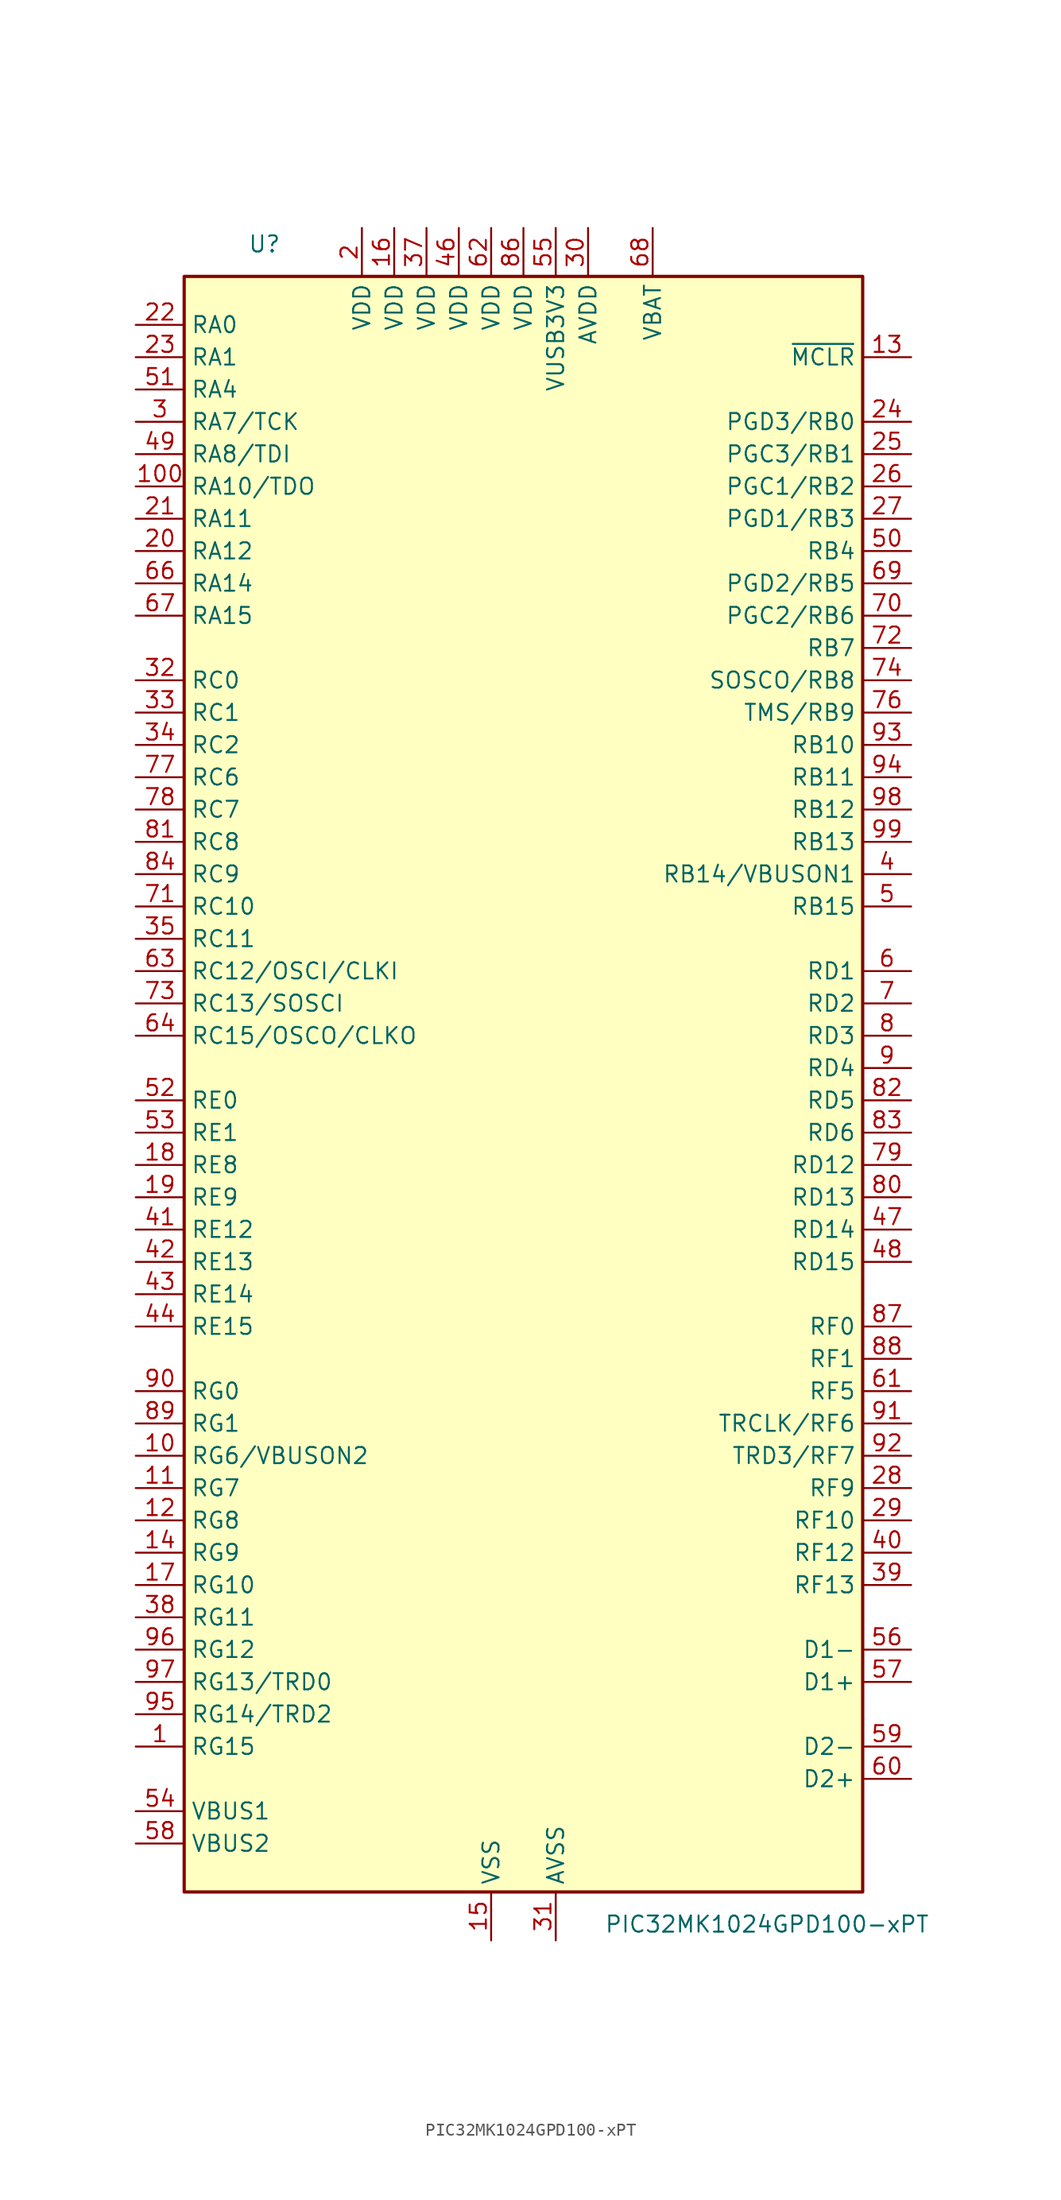
<source format=kicad_sym>
(kicad_symbol_lib
  (version 20201005)
  (generator kicad_symbol_editor)
  (symbol "MCU_Microchip_PIC32:PIC32MK1024GPD100-xPT"
    (property "Reference" "U"
      (at -19.05 64.77 0)
      (effects (font (size 1.27 1.27)) (justify right)))
    (property "Value" "PIC32MK1024GPD100-xPT"
      (at 6.35 -67.31 0)
      (effects (font (size 1.27 1.27)) (justify left)))
    (symbol "PIC32MK1024GPD100-xPT_0_1"
      (rectangle (start -26.67 62.23) (end 26.67 -64.77) (stroke (width 0.254)) (fill (type background))))
    (symbol "PIC32MK1024GPD100-xPT_1_1"
      (pin bidirectional line (at -30.48 -53.34 0) (length 3.81) (name "RG15" (effects (font (size 1.27 1.27)))) (number "1" (effects (font (size 1.27 1.27)))))
      (pin bidirectional line (at -30.48 -30.48 0) (length 3.81) (name "RG6/VBUSON2" (effects (font (size 1.27 1.27)))) (number "10" (effects (font (size 1.27 1.27)))))
      (pin bidirectional line (at -30.48 45.72 0) (length 3.81) (name "RA10/TDO" (effects (font (size 1.27 1.27)))) (number "100" (effects (font (size 1.27 1.27)))))
      (pin bidirectional line (at -30.48 -33.02 0) (length 3.81) (name "RG7" (effects (font (size 1.27 1.27)))) (number "11" (effects (font (size 1.27 1.27)))))
      (pin bidirectional line (at -30.48 -35.56 0) (length 3.81) (name "RG8" (effects (font (size 1.27 1.27)))) (number "12" (effects (font (size 1.27 1.27)))))
      (pin input line (at 30.48 55.88 180) (length 3.81) (name "~MCLR~" (effects (font (size 1.27 1.27)))) (number "13" (effects (font (size 1.27 1.27)))))
      (pin bidirectional line (at -30.48 -38.1 0) (length 3.81) (name "RG9" (effects (font (size 1.27 1.27)))) (number "14" (effects (font (size 1.27 1.27)))))
      (pin power_in line (at -2.54 -68.58 90) (length 3.81) (name "VSS" (effects (font (size 1.27 1.27)))) (number "15" (effects (font (size 1.27 1.27)))))
      (pin power_in line (at -10.16 66.04 270) (length 3.81) (name "VDD" (effects (font (size 1.27 1.27)))) (number "16" (effects (font (size 1.27 1.27)))))
      (pin bidirectional line (at -30.48 -40.64 0) (length 3.81) (name "RG10" (effects (font (size 1.27 1.27)))) (number "17" (effects (font (size 1.27 1.27)))))
      (pin bidirectional line (at -30.48 -7.62 0) (length 3.81) (name "RE8" (effects (font (size 1.27 1.27)))) (number "18" (effects (font (size 1.27 1.27)))))
      (pin bidirectional line (at -30.48 -10.16 0) (length 3.81) (name "RE9" (effects (font (size 1.27 1.27)))) (number "19" (effects (font (size 1.27 1.27)))))
      (pin power_in line (at -12.7 66.04 270) (length 3.81) (name "VDD" (effects (font (size 1.27 1.27)))) (number "2" (effects (font (size 1.27 1.27)))))
      (pin bidirectional line (at -30.48 40.64 0) (length 3.81) (name "RA12" (effects (font (size 1.27 1.27)))) (number "20" (effects (font (size 1.27 1.27)))))
      (pin bidirectional line (at -30.48 43.18 0) (length 3.81) (name "RA11" (effects (font (size 1.27 1.27)))) (number "21" (effects (font (size 1.27 1.27)))))
      (pin bidirectional line (at -30.48 58.42 0) (length 3.81) (name "RA0" (effects (font (size 1.27 1.27)))) (number "22" (effects (font (size 1.27 1.27)))))
      (pin bidirectional line (at -30.48 55.88 0) (length 3.81) (name "RA1" (effects (font (size 1.27 1.27)))) (number "23" (effects (font (size 1.27 1.27)))))
      (pin bidirectional line (at 30.48 50.8 180) (length 3.81) (name "PGD3/RB0" (effects (font (size 1.27 1.27)))) (number "24" (effects (font (size 1.27 1.27)))))
      (pin bidirectional line (at 30.48 48.26 180) (length 3.81) (name "PGC3/RB1" (effects (font (size 1.27 1.27)))) (number "25" (effects (font (size 1.27 1.27)))))
      (pin bidirectional line (at 30.48 45.72 180) (length 3.81) (name "PGC1/RB2" (effects (font (size 1.27 1.27)))) (number "26" (effects (font (size 1.27 1.27)))))
      (pin bidirectional line (at 30.48 43.18 180) (length 3.81) (name "PGD1/RB3" (effects (font (size 1.27 1.27)))) (number "27" (effects (font (size 1.27 1.27)))))
      (pin bidirectional line (at 30.48 -33.02 180) (length 3.81) (name "RF9" (effects (font (size 1.27 1.27)))) (number "28" (effects (font (size 1.27 1.27)))))
      (pin bidirectional line (at 30.48 -35.56 180) (length 3.81) (name "RF10" (effects (font (size 1.27 1.27)))) (number "29" (effects (font (size 1.27 1.27)))))
      (pin bidirectional line (at -30.48 50.8 0) (length 3.81) (name "RA7/TCK" (effects (font (size 1.27 1.27)))) (number "3" (effects (font (size 1.27 1.27)))))
      (pin power_in line (at 5.08 66.04 270) (length 3.81) (name "AVDD" (effects (font (size 1.27 1.27)))) (number "30" (effects (font (size 1.27 1.27)))))
      (pin power_in line (at 2.54 -68.58 90) (length 3.81) (name "AVSS" (effects (font (size 1.27 1.27)))) (number "31" (effects (font (size 1.27 1.27)))))
      (pin bidirectional line (at -30.48 30.48 0) (length 3.81) (name "RC0" (effects (font (size 1.27 1.27)))) (number "32" (effects (font (size 1.27 1.27)))))
      (pin bidirectional line (at -30.48 27.94 0) (length 3.81) (name "RC1" (effects (font (size 1.27 1.27)))) (number "33" (effects (font (size 1.27 1.27)))))
      (pin bidirectional line (at -30.48 25.4 0) (length 3.81) (name "RC2" (effects (font (size 1.27 1.27)))) (number "34" (effects (font (size 1.27 1.27)))))
      (pin bidirectional line (at -30.48 10.16 0) (length 3.81) (name "RC11" (effects (font (size 1.27 1.27)))) (number "35" (effects (font (size 1.27 1.27)))))
      (pin passive line (at -2.54 -68.58 90) (length 3.81) hide (name "VSS" (effects (font (size 1.27 1.27)))) (number "36" (effects (font (size 1.27 1.27)))))
      (pin power_in line (at -7.62 66.04 270) (length 3.81) (name "VDD" (effects (font (size 1.27 1.27)))) (number "37" (effects (font (size 1.27 1.27)))))
      (pin bidirectional line (at -30.48 -43.18 0) (length 3.81) (name "RG11" (effects (font (size 1.27 1.27)))) (number "38" (effects (font (size 1.27 1.27)))))
      (pin bidirectional line (at 30.48 -40.64 180) (length 3.81) (name "RF13" (effects (font (size 1.27 1.27)))) (number "39" (effects (font (size 1.27 1.27)))))
      (pin bidirectional line (at 30.48 15.24 180) (length 3.81) (name "RB14/VBUSON1" (effects (font (size 1.27 1.27)))) (number "4" (effects (font (size 1.27 1.27)))))
      (pin bidirectional line (at 30.48 -38.1 180) (length 3.81) (name "RF12" (effects (font (size 1.27 1.27)))) (number "40" (effects (font (size 1.27 1.27)))))
      (pin bidirectional line (at -30.48 -12.7 0) (length 3.81) (name "RE12" (effects (font (size 1.27 1.27)))) (number "41" (effects (font (size 1.27 1.27)))))
      (pin bidirectional line (at -30.48 -15.24 0) (length 3.81) (name "RE13" (effects (font (size 1.27 1.27)))) (number "42" (effects (font (size 1.27 1.27)))))
      (pin bidirectional line (at -30.48 -17.78 0) (length 3.81) (name "RE14" (effects (font (size 1.27 1.27)))) (number "43" (effects (font (size 1.27 1.27)))))
      (pin bidirectional line (at -30.48 -20.32 0) (length 3.81) (name "RE15" (effects (font (size 1.27 1.27)))) (number "44" (effects (font (size 1.27 1.27)))))
      (pin passive line (at -2.54 -68.58 90) (length 3.81) hide (name "VSS" (effects (font (size 1.27 1.27)))) (number "45" (effects (font (size 1.27 1.27)))))
      (pin power_in line (at -5.08 66.04 270) (length 3.81) (name "VDD" (effects (font (size 1.27 1.27)))) (number "46" (effects (font (size 1.27 1.27)))))
      (pin bidirectional line (at 30.48 -12.7 180) (length 3.81) (name "RD14" (effects (font (size 1.27 1.27)))) (number "47" (effects (font (size 1.27 1.27)))))
      (pin bidirectional line (at 30.48 -15.24 180) (length 3.81) (name "RD15" (effects (font (size 1.27 1.27)))) (number "48" (effects (font (size 1.27 1.27)))))
      (pin bidirectional line (at -30.48 48.26 0) (length 3.81) (name "RA8/TDI" (effects (font (size 1.27 1.27)))) (number "49" (effects (font (size 1.27 1.27)))))
      (pin bidirectional line (at 30.48 12.7 180) (length 3.81) (name "RB15" (effects (font (size 1.27 1.27)))) (number "5" (effects (font (size 1.27 1.27)))))
      (pin bidirectional line (at 30.48 40.64 180) (length 3.81) (name "RB4" (effects (font (size 1.27 1.27)))) (number "50" (effects (font (size 1.27 1.27)))))
      (pin bidirectional line (at -30.48 53.34 0) (length 3.81) (name "RA4" (effects (font (size 1.27 1.27)))) (number "51" (effects (font (size 1.27 1.27)))))
      (pin bidirectional line (at -30.48 -2.54 0) (length 3.81) (name "RE0" (effects (font (size 1.27 1.27)))) (number "52" (effects (font (size 1.27 1.27)))))
      (pin bidirectional line (at -30.48 -5.08 0) (length 3.81) (name "RE1" (effects (font (size 1.27 1.27)))) (number "53" (effects (font (size 1.27 1.27)))))
      (pin input line (at -30.48 -58.42 0) (length 3.81) (name "VBUS1" (effects (font (size 1.27 1.27)))) (number "54" (effects (font (size 1.27 1.27)))))
      (pin power_in line (at 2.54 66.04 270) (length 3.81) (name "VUSB3V3" (effects (font (size 1.27 1.27)))) (number "55" (effects (font (size 1.27 1.27)))))
      (pin bidirectional line (at 30.48 -45.72 180) (length 3.81) (name "D1-" (effects (font (size 1.27 1.27)))) (number "56" (effects (font (size 1.27 1.27)))))
      (pin bidirectional line (at 30.48 -48.26 180) (length 3.81) (name "D1+" (effects (font (size 1.27 1.27)))) (number "57" (effects (font (size 1.27 1.27)))))
      (pin input line (at -30.48 -60.96 0) (length 3.81) (name "VBUS2" (effects (font (size 1.27 1.27)))) (number "58" (effects (font (size 1.27 1.27)))))
      (pin bidirectional line (at 30.48 -53.34 180) (length 3.81) (name "D2-" (effects (font (size 1.27 1.27)))) (number "59" (effects (font (size 1.27 1.27)))))
      (pin bidirectional line (at 30.48 7.62 180) (length 3.81) (name "RD1" (effects (font (size 1.27 1.27)))) (number "6" (effects (font (size 1.27 1.27)))))
      (pin bidirectional line (at 30.48 -55.88 180) (length 3.81) (name "D2+" (effects (font (size 1.27 1.27)))) (number "60" (effects (font (size 1.27 1.27)))))
      (pin bidirectional line (at 30.48 -25.4 180) (length 3.81) (name "RF5" (effects (font (size 1.27 1.27)))) (number "61" (effects (font (size 1.27 1.27)))))
      (pin power_in line (at -2.54 66.04 270) (length 3.81) (name "VDD" (effects (font (size 1.27 1.27)))) (number "62" (effects (font (size 1.27 1.27)))))
      (pin bidirectional line (at -30.48 7.62 0) (length 3.81) (name "RC12/OSCI/CLKI" (effects (font (size 1.27 1.27)))) (number "63" (effects (font (size 1.27 1.27)))))
      (pin bidirectional line (at -30.48 2.54 0) (length 3.81) (name "RC15/OSCO/CLKO" (effects (font (size 1.27 1.27)))) (number "64" (effects (font (size 1.27 1.27)))))
      (pin passive line (at -2.54 -68.58 90) (length 3.81) hide (name "VSS" (effects (font (size 1.27 1.27)))) (number "65" (effects (font (size 1.27 1.27)))))
      (pin bidirectional line (at -30.48 38.1 0) (length 3.81) (name "RA14" (effects (font (size 1.27 1.27)))) (number "66" (effects (font (size 1.27 1.27)))))
      (pin bidirectional line (at -30.48 35.56 0) (length 3.81) (name "RA15" (effects (font (size 1.27 1.27)))) (number "67" (effects (font (size 1.27 1.27)))))
      (pin power_in line (at 10.16 66.04 270) (length 3.81) (name "VBAT" (effects (font (size 1.27 1.27)))) (number "68" (effects (font (size 1.27 1.27)))))
      (pin bidirectional line (at 30.48 38.1 180) (length 3.81) (name "PGD2/RB5" (effects (font (size 1.27 1.27)))) (number "69" (effects (font (size 1.27 1.27)))))
      (pin bidirectional line (at 30.48 5.08 180) (length 3.81) (name "RD2" (effects (font (size 1.27 1.27)))) (number "7" (effects (font (size 1.27 1.27)))))
      (pin bidirectional line (at 30.48 35.56 180) (length 3.81) (name "PGC2/RB6" (effects (font (size 1.27 1.27)))) (number "70" (effects (font (size 1.27 1.27)))))
      (pin bidirectional line (at -30.48 12.7 0) (length 3.81) (name "RC10" (effects (font (size 1.27 1.27)))) (number "71" (effects (font (size 1.27 1.27)))))
      (pin bidirectional line (at 30.48 33.02 180) (length 3.81) (name "RB7" (effects (font (size 1.27 1.27)))) (number "72" (effects (font (size 1.27 1.27)))))
      (pin bidirectional line (at -30.48 5.08 0) (length 3.81) (name "RC13/SOSCI" (effects (font (size 1.27 1.27)))) (number "73" (effects (font (size 1.27 1.27)))))
      (pin bidirectional line (at 30.48 30.48 180) (length 3.81) (name "SOSCO/RB8" (effects (font (size 1.27 1.27)))) (number "74" (effects (font (size 1.27 1.27)))))
      (pin passive line (at -2.54 -68.58 90) (length 3.81) hide (name "VSS" (effects (font (size 1.27 1.27)))) (number "75" (effects (font (size 1.27 1.27)))))
      (pin bidirectional line (at 30.48 27.94 180) (length 3.81) (name "TMS/RB9" (effects (font (size 1.27 1.27)))) (number "76" (effects (font (size 1.27 1.27)))))
      (pin bidirectional line (at -30.48 22.86 0) (length 3.81) (name "RC6" (effects (font (size 1.27 1.27)))) (number "77" (effects (font (size 1.27 1.27)))))
      (pin bidirectional line (at -30.48 20.32 0) (length 3.81) (name "RC7" (effects (font (size 1.27 1.27)))) (number "78" (effects (font (size 1.27 1.27)))))
      (pin bidirectional line (at 30.48 -7.62 180) (length 3.81) (name "RD12" (effects (font (size 1.27 1.27)))) (number "79" (effects (font (size 1.27 1.27)))))
      (pin bidirectional line (at 30.48 2.54 180) (length 3.81) (name "RD3" (effects (font (size 1.27 1.27)))) (number "8" (effects (font (size 1.27 1.27)))))
      (pin bidirectional line (at 30.48 -10.16 180) (length 3.81) (name "RD13" (effects (font (size 1.27 1.27)))) (number "80" (effects (font (size 1.27 1.27)))))
      (pin bidirectional line (at -30.48 17.78 0) (length 3.81) (name "RC8" (effects (font (size 1.27 1.27)))) (number "81" (effects (font (size 1.27 1.27)))))
      (pin bidirectional line (at 30.48 -2.54 180) (length 3.81) (name "RD5" (effects (font (size 1.27 1.27)))) (number "82" (effects (font (size 1.27 1.27)))))
      (pin bidirectional line (at 30.48 -5.08 180) (length 3.81) (name "RD6" (effects (font (size 1.27 1.27)))) (number "83" (effects (font (size 1.27 1.27)))))
      (pin bidirectional line (at -30.48 15.24 0) (length 3.81) (name "RC9" (effects (font (size 1.27 1.27)))) (number "84" (effects (font (size 1.27 1.27)))))
      (pin passive line (at -2.54 -68.58 90) (length 3.81) hide (name "VSS" (effects (font (size 1.27 1.27)))) (number "85" (effects (font (size 1.27 1.27)))))
      (pin power_in line (at 0 66.04 270) (length 3.81) (name "VDD" (effects (font (size 1.27 1.27)))) (number "86" (effects (font (size 1.27 1.27)))))
      (pin bidirectional line (at 30.48 -20.32 180) (length 3.81) (name "RF0" (effects (font (size 1.27 1.27)))) (number "87" (effects (font (size 1.27 1.27)))))
      (pin bidirectional line (at 30.48 -22.86 180) (length 3.81) (name "RF1" (effects (font (size 1.27 1.27)))) (number "88" (effects (font (size 1.27 1.27)))))
      (pin bidirectional line (at -30.48 -27.94 0) (length 3.81) (name "RG1" (effects (font (size 1.27 1.27)))) (number "89" (effects (font (size 1.27 1.27)))))
      (pin bidirectional line (at 30.48 0 180) (length 3.81) (name "RD4" (effects (font (size 1.27 1.27)))) (number "9" (effects (font (size 1.27 1.27)))))
      (pin bidirectional line (at -30.48 -25.4 0) (length 3.81) (name "RG0" (effects (font (size 1.27 1.27)))) (number "90" (effects (font (size 1.27 1.27)))))
      (pin bidirectional line (at 30.48 -27.94 180) (length 3.81) (name "TRCLK/RF6" (effects (font (size 1.27 1.27)))) (number "91" (effects (font (size 1.27 1.27)))))
      (pin bidirectional line (at 30.48 -30.48 180) (length 3.81) (name "TRD3/RF7" (effects (font (size 1.27 1.27)))) (number "92" (effects (font (size 1.27 1.27)))))
      (pin bidirectional line (at 30.48 25.4 180) (length 3.81) (name "RB10" (effects (font (size 1.27 1.27)))) (number "93" (effects (font (size 1.27 1.27)))))
      (pin bidirectional line (at 30.48 22.86 180) (length 3.81) (name "RB11" (effects (font (size 1.27 1.27)))) (number "94" (effects (font (size 1.27 1.27)))))
      (pin bidirectional line (at -30.48 -50.8 0) (length 3.81) (name "RG14/TRD2" (effects (font (size 1.27 1.27)))) (number "95" (effects (font (size 1.27 1.27)))))
      (pin bidirectional line (at -30.48 -45.72 0) (length 3.81) (name "RG12" (effects (font (size 1.27 1.27)))) (number "96" (effects (font (size 1.27 1.27)))))
      (pin bidirectional line (at -30.48 -48.26 0) (length 3.81) (name "RG13/TRD0" (effects (font (size 1.27 1.27)))) (number "97" (effects (font (size 1.27 1.27)))))
      (pin bidirectional line (at 30.48 20.32 180) (length 3.81) (name "RB12" (effects (font (size 1.27 1.27)))) (number "98" (effects (font (size 1.27 1.27)))))
      (pin bidirectional line (at 30.48 17.78 180) (length 3.81) (name "RB13" (effects (font (size 1.27 1.27)))) (number "99" (effects (font (size 1.27 1.27))))))))
</source>
